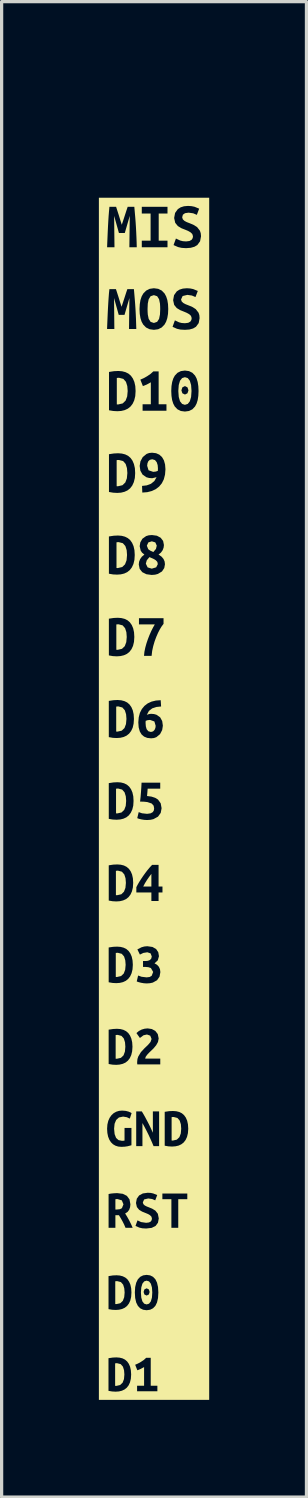
<source format=kicad_pcb>
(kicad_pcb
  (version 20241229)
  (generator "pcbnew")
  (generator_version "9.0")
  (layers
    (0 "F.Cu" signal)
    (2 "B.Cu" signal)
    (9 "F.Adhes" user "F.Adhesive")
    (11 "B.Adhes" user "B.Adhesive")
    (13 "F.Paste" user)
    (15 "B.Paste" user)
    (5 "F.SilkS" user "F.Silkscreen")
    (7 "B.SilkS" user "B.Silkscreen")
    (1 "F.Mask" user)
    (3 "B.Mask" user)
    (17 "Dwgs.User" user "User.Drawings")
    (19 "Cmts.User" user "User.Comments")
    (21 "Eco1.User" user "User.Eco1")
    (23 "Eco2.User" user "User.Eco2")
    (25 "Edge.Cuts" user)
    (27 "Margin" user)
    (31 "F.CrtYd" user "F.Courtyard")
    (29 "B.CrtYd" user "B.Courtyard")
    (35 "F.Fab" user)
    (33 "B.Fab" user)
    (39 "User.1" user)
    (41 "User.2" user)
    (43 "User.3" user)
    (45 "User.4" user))
  (footprint "kibuzzard-6461377A"
    (layer "F.Cu")
    (at 1.701 21.587)
    (property "Reference" "kibuzzard-6461377A" (at 0 -21.586 180) (layer "F.SilkS") (effects (font (size 0.001 0.001) (thickness 0.15))))
    (attr board_only exclude_from_pos_files exclude_from_bom)
    (fp_poly (pts (xy -0.082 2.315) (xy -0.148 2.403) (xy -0.216 2.501) (xy -0.28 2.604) (xy -0.334 2.707) (xy -0.082 2.707) (xy -0.082 2.315)) (stroke (width 0) (type solid)) (fill yes) (layer "F.SilkS"))
    (fp_poly (pts (xy -0.943 12.508) (xy -0.994 12.385) (xy -1.129 12.345) (xy -1.158 12.346) (xy -1.192 12.351) (xy -1.192 12.668) (xy -1.146 12.668) (xy -1.053 12.658) (xy -0.991 12.627) (xy -0.943 12.508)) (stroke (width 0) (type solid)) (fill yes) (layer "F.SilkS"))
    (fp_poly (pts (xy -0.068 -7.941) (xy -0.176 -7.907) (xy -0.222 -7.806) (xy -0.178 -7.697) (xy -0.118 -7.655) (xy -0.024 -7.61) (xy 0.059 -7.706) (xy 0.084 -7.808) (xy 0.039 -7.908) (xy -0.068 -7.941)) (stroke (width 0) (type solid)) (fill yes) (layer "F.SilkS"))
    (fp_poly (pts (xy 0.116 -7.237) (xy 0.102 -7.304) (xy 0.056 -7.356) (xy -0.024 -7.404) (xy -0.142 -7.454) (xy -0.224 -7.356) (xy -0.253 -7.252) (xy -0.198 -7.137) (xy -0.07 -7.098) (xy 0.066 -7.139) (xy 0.116 -7.237)) (stroke (width 0) (type solid)) (fill yes) (layer "F.SilkS"))
    (fp_poly (pts (xy -1.2 18.106) (xy -1.181 18.108) (xy -1.163 18.108) (xy -1.046 18.081) (xy -0.969 18.008) (xy -0.927 17.897) (xy -0.915 17.756) (xy -0.925 17.626) (xy -0.96 17.514) (xy -1.028 17.437) (xy -1.14 17.408) (xy -1.17 17.409) (xy -1.2 17.413) (xy -1.2 18.106)) (stroke (width 0) (type solid)) (fill yes) (layer "F.SilkS"))
    (fp_poly (pts (xy -1.196 15.584) (xy -1.177 15.585) (xy -1.159 15.585) (xy -1.04 15.558) (xy -0.962 15.484) (xy -0.92 15.372) (xy -0.907 15.229) (xy -0.918 15.098) (xy -0.953 14.985) (xy -1.022 14.906) (xy -1.135 14.877) (xy -1.166 14.878) (xy -1.196 14.882) (xy -1.196 15.584)) (stroke (width 0) (type solid)) (fill yes) (layer "F.SilkS"))
    (fp_poly (pts (xy -1.184 8.017) (xy -1.165 8.018) (xy -1.146 8.018) (xy -1.022 7.99) (xy -0.941 7.913) (xy -0.898 7.797) (xy -0.885 7.648) (xy -0.895 7.512) (xy -0.932 7.394) (xy -1.004 7.313) (xy -1.121 7.282) (xy -1.153 7.283) (xy -1.184 7.287) (xy -1.184 8.017)) (stroke (width 0) (type solid)) (fill yes) (layer "F.SilkS"))
    (fp_poly (pts (xy -1.18 5.494) (xy -1.161 5.496) (xy -1.141 5.496) (xy -1.016 5.467) (xy -0.934 5.389) (xy -0.89 5.271) (xy -0.876 5.121) (xy -0.887 4.983) (xy -0.924 4.864) (xy -0.997 4.781) (xy -1.116 4.75) (xy -1.148 4.751) (xy -1.18 4.755) (xy -1.18 5.494)) (stroke (width 0) (type solid)) (fill yes) (layer "F.SilkS"))
    (fp_poly (pts (xy -1.176 2.972) (xy -1.156 2.973) (xy -1.136 2.973) (xy -1.009 2.945) (xy -0.927 2.865) (xy -0.882 2.746) (xy -0.868 2.594) (xy -0.879 2.453) (xy -0.917 2.333) (xy -0.991 2.249) (xy -1.111 2.217) (xy -1.144 2.218) (xy -1.176 2.223) (xy -1.176 2.972)) (stroke (width 0) (type solid)) (fill yes) (layer "F.SilkS"))
    (fp_poly (pts (xy -1.172 0.449) (xy -1.152 0.451) (xy -1.132 0.451) (xy -1.003 0.422) (xy -0.919 0.341) (xy -0.873 0.22) (xy -0.86 0.066) (xy -0.871 -0.076) (xy -0.909 -0.199) (xy -0.984 -0.284) (xy -1.106 -0.316) (xy -1.139 -0.315) (xy -1.172 -0.31) (xy -1.172 0.449)) (stroke (width 0) (type solid)) (fill yes) (layer "F.SilkS"))
    (fp_poly (pts (xy -1.167 -2.074) (xy -1.147 -2.072) (xy -1.127 -2.072) (xy -0.996 -2.101) (xy -0.911 -2.183) (xy -0.865 -2.306) (xy -0.851 -2.462) (xy -0.862 -2.606) (xy -0.901 -2.73) (xy -0.977 -2.816) (xy -1.101 -2.849) (xy -1.134 -2.848) (xy -1.167 -2.843) (xy -1.167 -2.074)) (stroke (width 0) (type solid)) (fill yes) (layer "F.SilkS"))
    (fp_poly (pts (xy -1.163 -4.596) (xy -1.142 -4.595) (xy -1.121 -4.595) (xy -0.989 -4.625) (xy -0.903 -4.707) (xy -0.856 -4.832) (xy -0.842 -4.99) (xy -0.853 -5.137) (xy -0.893 -5.262) (xy -0.969 -5.349) (xy -1.095 -5.382) (xy -1.129 -5.381) (xy -1.163 -5.377) (xy -1.163 -4.596)) (stroke (width 0) (type solid)) (fill yes) (layer "F.SilkS"))
    (fp_poly (pts (xy -1.158 -7.119) (xy -1.137 -7.117) (xy -1.116 -7.117) (xy -0.982 -7.148) (xy -0.895 -7.231) (xy -0.847 -7.358) (xy -0.833 -7.519) (xy -0.844 -7.667) (xy -0.884 -7.794) (xy -0.962 -7.883) (xy -1.089 -7.916) (xy -1.124 -7.915) (xy -1.158 -7.91) (xy -1.158 -7.119)) (stroke (width 0) (type solid)) (fill yes) (layer "F.SilkS"))
    (fp_poly (pts (xy -1.153 -9.642) (xy -1.132 -9.64) (xy -1.111 -9.64) (xy -0.975 -9.671) (xy -0.886 -9.756) (xy -0.838 -9.884) (xy -0.823 -10.047) (xy -0.835 -10.198) (xy -0.875 -10.327) (xy -0.954 -10.417) (xy -1.084 -10.45) (xy -1.118 -10.45) (xy -1.153 -10.445) (xy -1.153 -9.642)) (stroke (width 0) (type solid)) (fill yes) (layer "F.SilkS"))
    (fp_poly (pts (xy -1.148 -12.165) (xy -1.127 -12.163) (xy -1.105 -12.163) (xy -0.967 -12.194) (xy -0.877 -12.281) (xy -0.828 -12.411) (xy -0.813 -12.576) (xy -0.825 -12.729) (xy -0.866 -12.86) (xy -0.947 -12.951) (xy -1.078 -12.985) (xy -1.113 -12.984) (xy -1.148 -12.979) (xy -1.148 -12.165)) (stroke (width 0) (type solid)) (fill yes) (layer "F.SilkS"))
    (fp_poly (pts (xy 0.542 10.539) (xy 0.561 10.541) (xy 0.58 10.541) (xy 0.702 10.513) (xy 0.782 10.437) (xy 0.825 10.322) (xy 0.838 10.176) (xy 0.828 10.041) (xy 0.791 9.925) (xy 0.721 9.844) (xy 0.605 9.814) (xy 0.573 9.815) (xy 0.542 9.819) (xy 0.542 10.539)) (stroke (width 0) (type solid)) (fill yes) (layer "F.SilkS"))
    (fp_poly (pts (xy -0.124 -2.433) (xy -0.196 -2.425) (xy -0.257 -2.405) (xy -0.26 -2.371) (xy -0.261 -2.336) (xy -0.253 -2.234) (xy -0.228 -2.146) (xy -0.177 -2.084) (xy -0.096 -2.061) (xy -0.03 -2.079) (xy 0.016 -2.125) (xy 0.042 -2.187) (xy 0.05 -2.251) (xy 0.011 -2.385) (xy -0.124 -2.433)) (stroke (width 0) (type solid)) (fill yes) (layer "F.SilkS"))
    (fp_poly (pts (xy -0.026 -10.084) (xy 0.051 -10.092) (xy 0.116 -10.113) (xy 0.119 -10.15) (xy 0.12 -10.194) (xy 0.112 -10.291) (xy 0.083 -10.381) (xy 0.029 -10.447) (xy -0.055 -10.472) (xy -0.128 -10.455) (xy -0.176 -10.412) (xy -0.203 -10.348) (xy -0.212 -10.271) (xy -0.169 -10.132) (xy -0.026 -10.084)) (stroke (width 0) (type solid)) (fill yes) (layer "F.SilkS"))
    (fp_poly (pts (xy -0.2 -15.105) (xy -0.198 -15.019) (xy -0.193 -14.937) (xy -0.165 -14.801) (xy -0.106 -14.71) (xy -0.005 -14.676) (xy 0.095 -14.71) (xy 0.155 -14.802) (xy 0.183 -14.938) (xy 0.19 -15.105) (xy 0.188 -15.192) (xy 0.183 -15.273) (xy 0.155 -15.409) (xy 0.096 -15.501) (xy -0.005 -15.534) (xy -0.106 -15.501) (xy -0.165 -15.408) (xy -0.193 -15.272) (xy -0.2 -15.105)) (stroke (width 0) (type solid)) (fill yes) (layer "F.SilkS"))
    (fp_poly (pts (xy -0.054 15.228) (xy -0.065 15.07) (xy -0.099 14.955) (xy -0.154 14.885) (xy -0.229 14.862) (xy -0.304 14.885) (xy -0.359 14.955) (xy -0.393 15.07) (xy -0.405 15.228) (xy -0.393 15.386) (xy -0.359 15.502) (xy -0.304 15.572) (xy -0.229 15.595) (xy -0.228 15.595) (xy -0.228 15.322) (xy -0.297 15.289) (xy -0.322 15.211) (xy -0.297 15.132) (xy -0.228 15.098) (xy -0.161 15.132) (xy -0.135 15.211) (xy -0.161 15.289) (xy -0.228 15.322) (xy -0.228 15.595) (xy -0.154 15.572) (xy -0.099 15.502) (xy -0.065 15.386) (xy -0.054 15.228)) (stroke (width 0) (type solid)) (fill yes) (layer "F.SilkS"))
    (fp_poly (pts (xy 1.156 -12.578) (xy 1.143 -12.761) (xy 1.104 -12.894) (xy 1.04 -12.976) (xy 0.952 -13.003) (xy 0.866 -12.976) (xy 0.801 -12.894) (xy 0.762 -12.761) (xy 0.749 -12.578) (xy 0.762 -12.394) (xy 0.801 -12.26) (xy 0.866 -12.179) (xy 0.952 -12.151) (xy 0.954 -12.152) (xy 0.954 -12.468) (xy 0.874 -12.507) (xy 0.844 -12.598) (xy 0.874 -12.69) (xy 0.954 -12.729) (xy 1.031 -12.69) (xy 1.062 -12.598) (xy 1.031 -12.507) (xy 0.954 -12.468) (xy 0.954 -12.152) (xy 1.04 -12.179) (xy 1.104 -12.26) (xy 1.143 -12.394) (xy 1.156 -12.578)) (stroke (width 0) (type solid)) (fill yes) (layer "F.SilkS"))
    (fp_poly (pts (xy -1.449 -18.538) (xy -1.701 -18.538) (xy -1.701 18.538) (xy -1.449 18.538) (xy -1.185 18.538) (xy -1.185 18.286) (xy -1.292 18.28) (xy -1.405 18.261) (xy -1.405 17.254) (xy -1.273 17.234) (xy -1.181 17.23) (xy -1.181 15.766) (xy -1.29 15.76) (xy -1.404 15.741) (xy -1.404 14.722) (xy -1.27 14.701) (xy -1.154 14.696) (xy -1.055 14.704) (xy -0.966 14.727) (xy -0.887 14.766) (xy -0.821 14.822) (xy -0.769 14.896) (xy -0.729 14.987) (xy -0.705 15.098) (xy -0.697 15.229) (xy -0.706 15.364) (xy -0.733 15.477) (xy -0.776 15.569) (xy -0.833 15.643) (xy -0.903 15.698) (xy -0.986 15.736) (xy -1.079 15.758) (xy -1.181 15.766) (xy -1.181 17.23) (xy -1.158 17.229) (xy -1.061 17.237) (xy -0.972 17.259) (xy -0.895 17.298) (xy -0.83 17.354) (xy -0.778 17.427) (xy -0.739 17.517) (xy -0.715 17.626) (xy -0.706 17.756) (xy -0.715 17.889) (xy -0.742 18) (xy -0.785 18.092) (xy -0.841 18.164) (xy -0.911 18.219) (xy -0.992 18.257) (xy -1.084 18.279) (xy -1.185 18.286) (xy -1.185 18.538) (xy -0.659 18.538) (xy -0.659 13.232) (xy -0.88 13.232) (xy -0.922 13.132) (xy -0.971 13.035) (xy -1.025 12.939) (xy -1.083 12.843) (xy -1.192 12.843) (xy -1.192 13.232) (xy -1.402 13.232) (xy -1.402 12.19) (xy -1.335 12.177) (xy -1.261 12.169) (xy -1.189 12.164) (xy -1.129 12.163) (xy -1.01 12.178) (xy -1.01 10.735) (xy -1.105 10.726) (xy -1.191 10.699) (xy -1.266 10.655) (xy -1.328 10.594) (xy -1.379 10.515) (xy -1.417 10.419) (xy -1.44 10.306) (xy -1.448 10.176) (xy -1.439 10.047) (xy -1.412 9.934) (xy -1.369 9.838) (xy -1.313 9.759) (xy -1.245 9.696) (xy -1.169 9.654) (xy -1.169 8.206) (xy -1.282 8.2) (xy -1.4 8.18) (xy -1.4 7.121) (xy -1.261 7.1) (xy -1.164 7.095) (xy -1.164 5.686) (xy -1.279 5.68) (xy -1.399 5.659) (xy -1.399 4.586) (xy -1.258 4.565) (xy -1.16 4.561) (xy -1.16 3.166) (xy -1.276 3.16) (xy -1.397 3.139) (xy -1.397 2.052) (xy -1.255 2.03) (xy -1.155 2.026) (xy -1.155 0.646) (xy -1.273 0.64) (xy -1.396 0.619) (xy -1.396 -0.483) (xy -1.252 -0.505) (xy -1.151 -0.51) (xy -1.151 -1.874) (xy -1.27 -1.88) (xy -1.395 -1.902) (xy -1.395 -3.019) (xy -1.249 -3.041) (xy -1.146 -3.046) (xy -1.146 -4.394) (xy -1.267 -4.4) (xy -1.393 -4.422) (xy -1.393 -5.555) (xy -1.245 -5.577) (xy -1.141 -5.582) (xy -1.141 -6.914) (xy -1.264 -6.92) (xy -1.392 -6.942) (xy -1.392 -8.091) (xy -1.242 -8.114) (xy -1.136 -8.119) (xy -1.136 -9.434) (xy -1.26 -9.441) (xy -1.39 -9.463) (xy -1.39 -10.628) (xy -1.238 -10.651) (xy -1.131 -10.656) (xy -1.131 -11.954) (xy -1.257 -11.961) (xy -1.389 -11.983) (xy -1.389 -13.165) (xy -1.234 -13.189) (xy -1.099 -13.195) (xy -0.985 -13.186) (xy -0.881 -13.159) (xy -0.79 -13.114) (xy -0.714 -13.049) (xy -0.653 -12.963) (xy -0.607 -12.857) (xy -0.578 -12.729) (xy -0.569 -12.576) (xy -0.579 -12.42) (xy -0.611 -12.289) (xy -0.661 -12.182) (xy -0.727 -12.097) (xy -0.809 -12.032) (xy -0.904 -11.988) (xy -1.012 -11.962) (xy -1.131 -11.954) (xy -1.131 -10.656) (xy -1.105 -10.657) (xy -0.992 -10.648) (xy -0.89 -10.622) (xy -0.8 -10.578) (xy -0.725 -10.513) (xy -0.665 -10.429) (xy -0.62 -10.324) (xy -0.591 -10.198) (xy -0.582 -10.047) (xy -0.592 -9.894) (xy -0.624 -9.765) (xy -0.673 -9.659) (xy -0.738 -9.575) (xy -0.819 -9.511) (xy -0.913 -9.468) (xy -1.019 -9.442) (xy -1.136 -9.434) (xy -1.136 -8.119) (xy -1.11 -8.12) (xy -0.999 -8.111) (xy -0.898 -8.085) (xy -0.81 -8.041) (xy -0.736 -7.978) (xy -0.677 -7.895) (xy -0.632 -7.792) (xy -0.604 -7.667) (xy -0.595 -7.519) (xy -0.605 -7.367) (xy -0.636 -7.24) (xy -0.685 -7.136) (xy -0.749 -7.053) (xy -0.828 -6.99) (xy -0.921 -6.947) (xy -1.026 -6.922) (xy -1.141 -6.914) (xy -1.141 -5.582) (xy -1.116 -5.583) (xy -1.006 -5.574) (xy -0.907 -5.549) (xy -0.819 -5.506) (xy -0.746 -5.443) (xy -0.688 -5.361) (xy -0.644 -5.259) (xy -0.617 -5.136) (xy -0.608 -4.99) (xy -0.618 -4.841) (xy -0.648 -4.716) (xy -0.696 -4.613) (xy -0.759 -4.531) (xy -0.837 -4.469) (xy -0.929 -4.427) (xy -1.033 -4.402) (xy -1.146 -4.394) (xy -1.146 -3.046) (xy -1.121 -3.047) (xy -1.013 -3.038) (xy -0.915 -3.013) (xy -0.829 -2.971) (xy -0.757 -2.909) (xy -0.699 -2.828) (xy -0.656 -2.728) (xy -0.629 -2.606) (xy -0.62 -2.462) (xy -0.63 -2.315) (xy -0.659 -2.191) (xy -0.707 -2.09) (xy -0.77 -2.009) (xy -0.847 -1.948) (xy -0.937 -1.906) (xy -1.039 -1.882) (xy -1.151 -1.874) (xy -1.151 -0.51) (xy -1.126 -0.511) (xy -1.02 -0.503) (xy -0.923 -0.478) (xy -0.838 -0.436) (xy -0.767 -0.375) (xy -0.71 -0.295) (xy -0.667 -0.196) (xy -0.64 -0.076) (xy -0.632 0.066) (xy -0.641 0.211) (xy -0.671 0.333) (xy -0.718 0.433) (xy -0.779 0.513) (xy -0.855 0.573) (xy -0.945 0.614) (xy -1.045 0.638) (xy -1.155 0.646) (xy -1.155 2.026) (xy -1.131 2.025) (xy -1.026 2.033) (xy -0.93 2.057) (xy -0.846 2.099) (xy -0.776 2.159) (xy -0.72 2.238) (xy -0.678 2.335) (xy -0.652 2.453) (xy -0.643 2.594) (xy -0.653 2.737) (xy -0.682 2.857) (xy -0.728 2.956) (xy -0.789 3.035) (xy -0.864 3.094) (xy -0.952 3.134) (xy -1.051 3.158) (xy -1.16 3.166) (xy -1.16 4.561) (xy -1.136 4.56) (xy -1.032 4.568) (xy -0.938 4.592) (xy -0.855 4.633) (xy -0.786 4.692) (xy -0.731 4.77) (xy -0.689 4.866) (xy -0.663 4.983) (xy -0.654 5.121) (xy -0.664 5.263) (xy -0.693 5.381) (xy -0.738 5.479) (xy -0.798 5.556) (xy -0.872 5.615) (xy -0.959 5.655) (xy -1.057 5.678) (xy -1.164 5.686) (xy -1.164 7.095) (xy -1.14 7.094) (xy -1.038 7.102) (xy -0.945 7.126) (xy -0.863 7.167) (xy -0.795 7.225) (xy -0.741 7.302) (xy -0.7 7.397) (xy -0.674 7.512) (xy -0.665 7.648) (xy -0.675 7.788) (xy -0.703 7.905) (xy -0.748 8.001) (xy -0.807 8.078) (xy -0.88 8.136) (xy -0.966 8.175) (xy -1.063 8.198) (xy -1.169 8.206) (xy -1.169 9.654) (xy -1.166 9.652) (xy -1.078 9.625) (xy -0.984 9.617) (xy -0.872 9.626) (xy -0.787 9.648) (xy -0.727 9.674) (xy -0.692 9.694) (xy -0.747 9.864) (xy -0.84 9.821) (xy -0.955 9.802) (xy -1.083 9.829) (xy -1.168 9.906) (xy -1.217 10.024) (xy -1.232 10.176) (xy -1.216 10.342) (xy -1.171 10.459) (xy -1.096 10.527) (xy -0.993 10.549) (xy -0.951 10.548) (xy -0.91 10.542) (xy -0.91 10.151) (xy -0.697 10.151) (xy -0.697 10.686) (xy -0.815 10.717) (xy -0.904 10.73) (xy -1.01 10.735) (xy -1.01 12.178) (xy -0.965 12.183) (xy -0.839 12.246) (xy -0.757 12.355) (xy -0.729 12.509) (xy -0.739 12.597) (xy -0.767 12.677) (xy -0.817 12.743) (xy -0.891 12.791) (xy -0.83 12.89) (xy -0.767 13.002) (xy -0.708 13.12) (xy -0.659 13.232) (xy -0.659 18.538) (xy 0.103 18.538) (xy 0.103 18.273) (xy -0.523 18.273) (xy -0.523 18.103) (xy -0.307 18.103) (xy -0.307 17.526) (xy -0.413 17.585) (xy -0.515 17.626) (xy -0.582 17.456) (xy -0.495 17.418) (xy -0.402 17.366) (xy -0.313 17.306) (xy -0.242 17.241) (xy -0.229 17.241) (xy -0.229 15.774) (xy -0.338 15.759) (xy -0.428 15.714) (xy -0.499 15.639) (xy -0.551 15.534) (xy -0.582 15.396) (xy -0.592 15.228) (xy -0.582 15.061) (xy -0.55 14.925) (xy -0.498 14.819) (xy -0.426 14.744) (xy -0.336 14.699) (xy -0.244 14.686) (xy -0.244 13.254) (xy -0.362 13.247) (xy -0.454 13.226) (xy -0.572 13.174) (xy -0.51 13.003) (xy -0.4 13.055) (xy -0.244 13.078) (xy -0.156 13.067) (xy -0.1 13.037) (xy -0.072 12.992) (xy -0.065 12.942) (xy -0.083 12.884) (xy -0.131 12.838) (xy -0.196 12.803) (xy -0.268 12.773) (xy -0.367 12.733) (xy -0.46 12.677) (xy -0.529 12.592) (xy -0.557 12.467) (xy -0.532 12.334) (xy -0.46 12.234) (xy -0.345 12.172) (xy -0.194 12.151) (xy -0.103 12.156) (xy -0.024 12.173) (xy -0.015 12.177) (xy -0.015 10.712) (xy -0.065 10.593) (xy -0.118 10.475) (xy -0.173 10.356) (xy -0.232 10.238) (xy -0.293 10.12) (xy -0.358 10.001) (xy -0.358 10.712) (xy -0.55 10.712) (xy -0.55 9.641) (xy -0.547 9.641) (xy -0.547 -14.489) (xy -0.772 -14.489) (xy -0.76 -15.445) (xy -0.911 -14.925) (xy -1.089 -14.925) (xy -1.234 -15.445) (xy -1.224 -14.489) (xy -1.449 -14.489) (xy -1.443 -14.643) (xy -1.436 -14.803) (xy -1.429 -14.966) (xy -1.421 -15.127) (xy -1.412 -15.286) (xy -1.402 -15.439) (xy -1.391 -15.584) (xy -1.377 -15.719) (xy -1.175 -15.719) (xy -1.14 -15.612) (xy -1.095 -15.471) (xy -1.048 -15.318) (xy -1.002 -15.175) (xy -0.952 -15.327) (xy -0.903 -15.478) (xy -0.859 -15.614) (xy -0.823 -15.719) (xy -0.621 -15.719) (xy -0.607 -15.56) (xy -0.594 -15.405) (xy -0.582 -15.253) (xy -0.572 -15.102) (xy -0.564 -14.952) (xy -0.557 -14.8) (xy -0.552 -14.647) (xy -0.547 -14.489) (xy -0.547 9.641) (xy -0.378 9.641) (xy -0.33 9.72) (xy -0.281 9.806) (xy -0.234 9.895) (xy -0.187 9.983) (xy -0.143 10.07) (xy -0.102 10.155) (xy -0.036 10.3) (xy -0.036 9.641) (xy 0.156 9.641) (xy 0.156 10.712) (xy -0.015 10.712) (xy -0.015 12.177) (xy 0.098 12.222) (xy 0.036 12.385) (xy -0.059 12.344) (xy -0.179 12.327) (xy -0.305 12.357) (xy -0.346 12.448) (xy -0.329 12.502) (xy -0.286 12.543) (xy -0.226 12.574) (xy -0.16 12.6) (xy -0.057 12.642) (xy 0.042 12.703) (xy 0.117 12.799) (xy 0.146 12.943) (xy 0.121 13.075) (xy 0.049 13.173) (xy -0.072 13.234) (xy -0.244 13.254) (xy -0.244 14.686) (xy -0.229 14.684) (xy -0.121 14.699) (xy -0.031 14.744) (xy 0.041 14.819) (xy 0.092 14.924) (xy 0.123 15.06) (xy 0.133 15.228) (xy 0.123 15.396) (xy 0.092 15.534) (xy 0.041 15.639) (xy -0.031 15.714) (xy -0.121 15.759) (xy -0.229 15.774) (xy -0.229 17.241) (xy -0.102 17.241) (xy -0.102 18.103) (xy 0.103 18.103) (xy 0.103 18.273) (xy 0.103 18.538) (xy 0.192 18.538) (xy 0.192 8.192) (xy -0.516 8.192) (xy -0.521 8.148) (xy -0.52 8.111) (xy -0.512 8.027) (xy -0.487 7.95) (xy -0.405 7.814) (xy -0.298 7.698) (xy -0.191 7.596) (xy -0.109 7.501) (xy -0.076 7.408) (xy -0.117 7.306) (xy -0.218 7.27) (xy -0.325 7.294) (xy -0.436 7.377) (xy -0.543 7.226) (xy -0.467 7.162) (xy -0.38 7.117) (xy -0.289 7.091) (xy -0.228 7.085) (xy -0.228 5.695) (xy -0.314 5.689) (xy -0.401 5.674) (xy -0.479 5.654) (xy -0.534 5.634) (xy -0.491 5.451) (xy -0.385 5.489) (xy -0.23 5.508) (xy -0.135 5.496) (xy -0.073 5.46) (xy -0.027 5.341) (xy -0.097 5.22) (xy -0.175 5.194) (xy -0.273 5.185) (xy -0.34 5.185) (xy -0.34 5.004) (xy -0.258 5.004) (xy -0.191 4.997) (xy -0.13 4.974) (xy -0.087 4.931) (xy -0.07 4.864) (xy -0.106 4.768) (xy -0.207 4.734) (xy -0.33 4.754) (xy -0.436 4.805) (xy -0.514 4.645) (xy -0.387 4.58) (xy -0.303 4.556) (xy -0.209 4.547) (xy -0.048 4.57) (xy 0.065 4.635) (xy 0.131 4.734) (xy 0.14 4.787) (xy 0.14 3.152) (xy -0.082 3.152) (xy -0.082 2.889) (xy -0.546 2.889) (xy -0.546 2.727) (xy -0.533 2.702) (xy -0.533 -17.01) (xy -0.761 -17.01) (xy -0.749 -17.979) (xy -0.902 -17.451) (xy -1.083 -17.451) (xy -1.231 -17.979) (xy -1.22 -17.01) (xy -1.448 -17.01) (xy -1.442 -17.166) (xy -1.435 -17.328) (xy -1.428 -17.493) (xy -1.42 -17.657) (xy -1.411 -17.818) (xy -1.401 -17.973) (xy -1.389 -18.121) (xy -1.376 -18.258) (xy -1.17 -18.258) (xy -1.135 -18.149) (xy -1.089 -18.006) (xy -1.041 -17.85) (xy -0.995 -17.705) (xy -0.944 -17.859) (xy -0.894 -18.013) (xy -0.849 -18.151) (xy -0.813 -18.258) (xy -0.608 -18.258) (xy -0.594 -18.096) (xy -0.58 -17.939) (xy -0.568 -17.785) (xy -0.558 -17.632) (xy -0.55 -17.479) (xy -0.543 -17.325) (xy -0.537 -17.169) (xy -0.533 -17.01) (xy -0.533 2.702) (xy -0.507 2.652) (xy -0.458 2.567) (xy -0.401 2.477) (xy -0.339 2.385) (xy -0.272 2.292) (xy -0.214 2.215) (xy -0.214 0.655) (xy -0.303 0.65) (xy -0.391 0.636) (xy -0.466 0.617) (xy -0.518 0.597) (xy -0.473 0.411) (xy -0.371 0.447) (xy -0.216 0.464) (xy -0.107 0.449) (xy -0.04 0.412) (xy -0.006 0.36) (xy 0.003 0.299) (xy -0.012 0.213) (xy -0.074 0.145) (xy -0.206 0.101) (xy -0.305 0.09) (xy -0.431 0.086) (xy -0.414 -0.066) (xy -0.402 -0.214) (xy -0.392 -0.359) (xy -0.385 -0.498) (xy -0.091 -0.498) (xy -0.091 -1.865) (xy -0.209 -1.878) (xy -0.307 -1.918) (xy -0.384 -1.984) (xy -0.44 -2.078) (xy -0.474 -2.203) (xy -0.485 -2.357) (xy -0.472 -2.513) (xy -0.436 -2.651) (xy -0.376 -2.768) (xy -0.309 -2.849) (xy -0.309 -4.409) (xy -0.297 -4.532) (xy -0.27 -4.663) (xy -0.233 -4.796) (xy -0.188 -4.928) (xy -0.138 -5.056) (xy -0.084 -5.177) (xy -0.029 -5.286) (xy 0.023 -5.378) (xy -0.465 -5.378) (xy -0.465 -5.57) (xy -0.074 -5.57) (xy -0.074 -6.904) (xy -0.236 -6.926) (xy -0.362 -6.989) (xy -0.443 -7.09) (xy -0.471 -7.224) (xy -0.461 -7.311) (xy -0.429 -7.392) (xy -0.376 -7.467) (xy -0.298 -7.532) (xy -0.369 -7.591) (xy -0.412 -7.654) (xy -0.443 -7.791) (xy -0.423 -7.91) (xy -0.362 -8.016) (xy -0.362 -9.445) (xy -0.37 -9.65) (xy -0.224 -9.667) (xy -0.094 -9.716) (xy 0.01 -9.8) (xy 0.078 -9.92) (xy -0.057 -9.887) (xy -0.154 -9.895) (xy -0.235 -9.917) (xy -0.354 -9.999) (xy -0.422 -10.12) (xy -0.443 -10.267) (xy -0.419 -10.409) (xy -0.348 -10.54) (xy -0.229 -10.637) (xy -0.151 -10.665) (xy -0.061 -10.674) (xy 0.062 -10.659) (xy 0.164 -10.614) (xy 0.246 -10.539) (xy 0.305 -10.437) (xy 0.34 -10.312) (xy 0.352 -10.163) (xy 0.339 -9.999) (xy 0.302 -9.855) (xy 0.241 -9.732) (xy 0.158 -9.631) (xy 0.055 -9.551) (xy -0.068 -9.493) (xy -0.208 -9.457) (xy -0.362 -9.445) (xy -0.362 -8.016) (xy -0.359 -8.021) (xy -0.243 -8.103) (xy -0.162 -8.127) (xy -0.064 -8.135) (xy 0.088 -8.114) (xy 0.205 -8.051) (xy 0.28 -7.953) (xy 0.305 -7.827) (xy 0.295 -7.746) (xy 0.265 -7.666) (xy 0.213 -7.594) (xy 0.139 -7.534) (xy 0.232 -7.468) (xy 0.292 -7.397) (xy 0.326 -7.319) (xy 0.337 -7.233) (xy 0.315 -7.117) (xy 0.245 -7.012) (xy 0.118 -6.935) (xy 0.031 -6.912) (xy -0.074 -6.904) (xy -0.074 -5.57) (xy 0.293 -5.57) (xy 0.293 -5.395) (xy 0.24 -5.326) (xy 0.182 -5.232) (xy 0.124 -5.12) (xy 0.069 -4.994) (xy 0.018 -4.856) (xy -0.025 -4.71) (xy -0.058 -4.559) (xy -0.075 -4.409) (xy -0.309 -4.409) (xy -0.309 -2.849) (xy -0.296 -2.865) (xy -0.196 -2.942) (xy -0.078 -2.997) (xy 0.057 -3.03) (xy 0.205 -3.041) (xy 0.218 -2.847) (xy 0.074 -2.832) (xy -0.056 -2.789) (xy -0.158 -2.71) (xy -0.222 -2.59) (xy -0.154 -2.613) (xy -0.094 -2.621) (xy -0.002 -2.614) (xy 0.075 -2.592) (xy 0.189 -2.512) (xy 0.252 -2.396) (xy 0.272 -2.255) (xy 0.251 -2.12) (xy 0.185 -1.994) (xy 0.072 -1.901) (xy -0.003 -1.874) (xy -0.091 -1.865) (xy -0.091 -0.498) (xy 0.191 -0.498) (xy 0.191 -0.312) (xy -0.197 -0.312) (xy -0.206 -0.19) (xy -0.216 -0.086) (xy -0.078 -0.067) (xy 0.035 -0.03) (xy 0.122 0.024) (xy 0.205 0.138) (xy 0.233 0.29) (xy 0.206 0.435) (xy 0.122 0.551) (xy -0.019 0.628) (xy -0.109 0.648) (xy -0.214 0.655) (xy -0.214 2.215) (xy -0.202 2.2) (xy -0.13 2.114) (xy -0.058 2.037) (xy 0.14 2.037) (xy 0.14 2.707) (xy 0.26 2.707) (xy 0.26 2.889) (xy 0.14 2.889) (xy 0.14 3.152) (xy 0.14 4.787) (xy 0.152 4.856) (xy 0.115 4.983) (xy 0.015 5.075) (xy 0.091 5.119) (xy 0.148 5.18) (xy 0.183 5.256) (xy 0.195 5.345) (xy 0.17 5.485) (xy 0.093 5.596) (xy -0.038 5.669) (xy -0.126 5.688) (xy -0.228 5.695) (xy -0.228 7.085) (xy -0.197 7.082) (xy -0.069 7.101) (xy 0.039 7.159) (xy 0.115 7.257) (xy 0.143 7.392) (xy 0.122 7.5) (xy 0.066 7.601) (xy -0.013 7.696) (xy -0.103 7.783) (xy -0.155 7.833) (xy -0.211 7.893) (xy -0.256 7.955) (xy -0.274 8.013) (xy 0.192 8.013) (xy 0.192 8.192) (xy 0.192 18.538) (xy 0.747 18.538) (xy 0.747 13.232) (xy 0.535 13.232) (xy 0.535 12.349) (xy 0.257 12.349) (xy 0.257 12.175) (xy 0.558 12.175) (xy 0.558 10.726) (xy 0.446 10.72) (xy 0.329 10.7) (xy 0.329 9.655) (xy 0.383 9.647) (xy 0.383 -11.969) (xy -0.353 -11.969) (xy -0.353 -12.169) (xy -0.099 -12.169) (xy -0.099 -12.846) (xy -0.224 -12.777) (xy -0.344 -12.729) (xy -0.422 -12.928) (xy -0.32 -12.973) (xy -0.211 -13.034) (xy -0.107 -13.105) (xy -0.023 -13.181) (xy -0.003 -13.181) (xy -0.003 -14.464) (xy -0.136 -14.482) (xy -0.246 -14.536) (xy -0.334 -14.626) (xy -0.384 -14.716) (xy -0.419 -14.826) (xy -0.441 -14.956) (xy -0.448 -15.105) (xy -0.44 -15.254) (xy -0.419 -15.384) (xy -0.382 -15.494) (xy -0.378 -15.502) (xy -0.378 -17.01) (xy -0.378 -17.215) (xy -0.106 -17.215) (xy -0.106 -18.052) (xy -0.378 -18.052) (xy -0.378 -18.258) (xy 0.415 -18.258) (xy 0.415 -18.052) (xy 0.144 -18.052) (xy 0.144 -17.215) (xy 0.415 -17.215) (xy 0.415 -17.01) (xy -0.378 -17.01) (xy -0.378 -15.502) (xy -0.331 -15.585) (xy -0.242 -15.675) (xy -0.134 -15.729) (xy -0.005 -15.747) (xy 0.128 -15.729) (xy 0.238 -15.675) (xy 0.325 -15.585) (xy 0.374 -15.494) (xy 0.41 -15.384) (xy 0.431 -15.254) (xy 0.438 -15.105) (xy 0.431 -14.956) (xy 0.409 -14.826) (xy 0.373 -14.716) (xy 0.323 -14.626) (xy 0.235 -14.536) (xy 0.127 -14.482) (xy -0.003 -14.464) (xy -0.003 -13.181) (xy 0.142 -13.181) (xy 0.142 -12.169) (xy 0.383 -12.169) (xy 0.383 -11.969) (xy 0.383 9.647) (xy 0.466 9.634) (xy 0.586 9.629) (xy 0.687 9.637) (xy 0.779 9.66) (xy 0.859 9.7) (xy 0.926 9.758) (xy 0.952 9.794) (xy 0.952 -11.944) (xy 0.826 -11.961) (xy 0.722 -12.013) (xy 0.639 -12.1) (xy 0.592 -12.189) (xy 0.558 -12.298) (xy 0.538 -12.428) (xy 0.531 -12.578) (xy 0.538 -12.727) (xy 0.559 -12.855) (xy 0.593 -12.963) (xy 0.641 -13.052) (xy 0.724 -13.139) (xy 0.828 -13.191) (xy 0.952 -13.208) (xy 0.953 -13.208) (xy 0.953 -14.464) (xy 0.815 -14.472) (xy 0.708 -14.496) (xy 0.571 -14.557) (xy 0.643 -14.756) (xy 0.771 -14.696) (xy 0.853 -14.675) (xy 0.953 -14.668) (xy 1.055 -14.681) (xy 1.119 -14.717) (xy 1.152 -14.769) (xy 1.161 -14.827) (xy 1.139 -14.895) (xy 1.084 -14.947) (xy 1.008 -14.989) (xy 0.925 -15.024) (xy 0.81 -15.07) (xy 0.701 -15.135) (xy 0.621 -15.233) (xy 0.589 -15.379) (xy 0.617 -15.533) (xy 0.701 -15.65) (xy 0.785 -15.704) (xy 0.888 -15.736) (xy 0.989 -15.745) (xy 0.989 -16.983) (xy 0.85 -16.992) (xy 0.741 -17.017) (xy 0.602 -17.078) (xy 0.675 -17.28) (xy 0.805 -17.219) (xy 0.889 -17.198) (xy 0.989 -17.191) (xy 1.093 -17.204) (xy 1.159 -17.241) (xy 1.192 -17.293) (xy 1.201 -17.352) (xy 1.179 -17.421) (xy 1.122 -17.474) (xy 1.046 -17.517) (xy 0.961 -17.552) (xy 0.844 -17.598) (xy 0.734 -17.665) (xy 0.653 -17.765) (xy 0.62 -17.913) (xy 0.649 -18.069) (xy 0.734 -18.187) (xy 0.82 -18.242) (xy 0.924 -18.275) (xy 1.048 -18.286) (xy 1.155 -18.279) (xy 1.248 -18.26) (xy 1.392 -18.201) (xy 1.32 -18.01) (xy 1.208 -18.058) (xy 1.066 -18.078) (xy 0.956 -18.062) (xy 0.89 -18.015) (xy 0.868 -17.935) (xy 0.888 -17.872) (xy 0.94 -17.823) (xy 1.01 -17.786) (xy 1.088 -17.756) (xy 1.21 -17.706) (xy 1.327 -17.634) (xy 1.415 -17.521) (xy 1.44 -17.444) (xy 1.449 -17.35) (xy 1.42 -17.195) (xy 1.335 -17.079) (xy 1.246 -17.026) (xy 1.131 -16.994) (xy 0.989 -16.983) (xy 0.989 -15.745) (xy 1.01 -15.747) (xy 1.116 -15.74) (xy 1.208 -15.721) (xy 1.35 -15.663) (xy 1.278 -15.475) (xy 1.168 -15.522) (xy 1.028 -15.542) (xy 0.882 -15.507) (xy 0.833 -15.401) (xy 0.853 -15.339) (xy 0.904 -15.291) (xy 0.973 -15.254) (xy 1.05 -15.224) (xy 1.17 -15.176) (xy 1.285 -15.104) (xy 1.372 -14.993) (xy 1.397 -14.918) (xy 1.405 -14.825) (xy 1.377 -14.672) (xy 1.293 -14.558) (xy 1.205 -14.506) (xy 1.092 -14.474) (xy 0.953 -14.464) (xy 0.953 -13.208) (xy 1.078 -13.191) (xy 1.183 -13.139) (xy 1.265 -13.053) (xy 1.312 -12.965) (xy 1.346 -12.856) (xy 1.366 -12.727) (xy 1.373 -12.578) (xy 1.366 -12.428) (xy 1.346 -12.298) (xy 1.312 -12.189) (xy 1.265 -12.1) (xy 1.183 -12.013) (xy 1.078 -11.961) (xy 0.952 -11.944) (xy 0.952 9.794) (xy 0.98 9.833) (xy 1.021 9.927) (xy 1.046 10.041) (xy 1.055 10.176) (xy 1.045 10.313) (xy 1.017 10.429) (xy 0.973 10.524) (xy 0.914 10.6) (xy 0.842 10.656) (xy 0.758 10.696) (xy 0.662 10.718) (xy 0.558 10.726) (xy 0.558 12.175) (xy 1.026 12.175) (xy 1.026 12.349) (xy 0.747 12.349) (xy 0.747 13.232) (xy 0.747 18.538) (xy 1.449 18.538) (xy 1.701 18.538) (xy 1.701 -18.538) (xy 1.449 -18.538) (xy -1.449 -18.538)) (stroke (width 0) (type solid)) (fill yes) (layer "F.SilkS")))
  (gr_rect
    (start -3 -3)
    (end 6.402 43.125)
    (stroke (width 0.1) (type default))
    (fill no)
    (layer "Edge.Cuts")))
</source>
